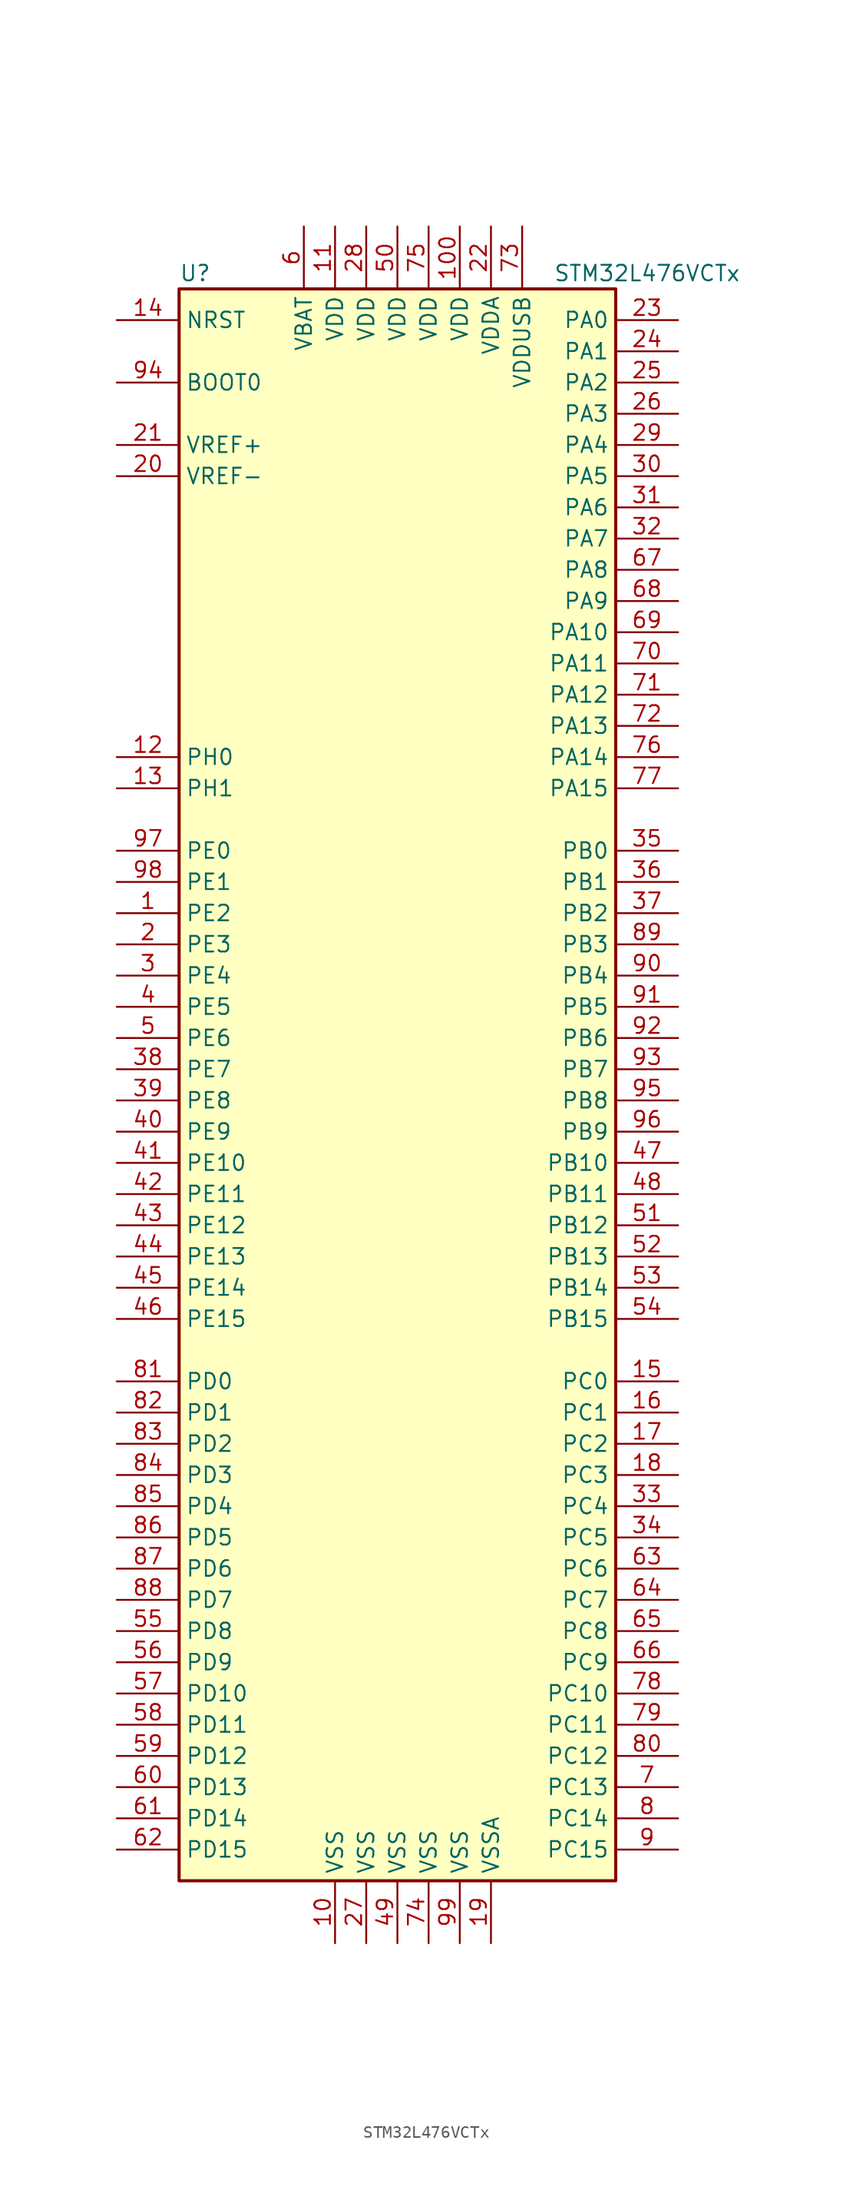
<source format=kicad_sym>
(kicad_symbol_lib
  (version 20220914)
  (generator kicad_symbol_editor)
  (symbol "STM32L476VCTx"
    (property "Reference" "U"
      (at -17.78 64.77 0)
      (effects (font (size 1.27 1.27)) (justify left)))
    (property "Value" "STM32L476VCTx"
      (at 12.7 64.77 0)
      (effects (font (size 1.27 1.27)) (justify left)))
    (symbol "STM32L476VCTx_0_1"
      (rectangle (start -17.78 -66.04) (end 17.78 63.5) (stroke (width 0.254) (type default)) (fill (type background))))
    (symbol "STM32L476VCTx_1_1"
      (pin bidirectional line (at -22.86 12.7 0) (length 5.08) (name "PE2" (effects (font (size 1.27 1.27)))) (number "1" (effects (font (size 1.27 1.27)))))
      (pin power_in line (at -5.08 -71.12 90) (length 5.08) (name "VSS" (effects (font (size 1.27 1.27)))) (number "10" (effects (font (size 1.27 1.27)))))
      (pin power_in line (at 5.08 68.58 270) (length 5.08) (name "VDD" (effects (font (size 1.27 1.27)))) (number "100" (effects (font (size 1.27 1.27)))))
      (pin power_in line (at -5.08 68.58 270) (length 5.08) (name "VDD" (effects (font (size 1.27 1.27)))) (number "11" (effects (font (size 1.27 1.27)))))
      (pin input line (at -22.86 25.4 0) (length 5.08) (name "PH0" (effects (font (size 1.27 1.27)))) (number "12" (effects (font (size 1.27 1.27)))))
      (pin input line (at -22.86 22.86 0) (length 5.08) (name "PH1" (effects (font (size 1.27 1.27)))) (number "13" (effects (font (size 1.27 1.27)))))
      (pin input line (at -22.86 60.96 0) (length 5.08) (name "NRST" (effects (font (size 1.27 1.27)))) (number "14" (effects (font (size 1.27 1.27)))))
      (pin bidirectional line (at 22.86 -25.4 180) (length 5.08) (name "PC0" (effects (font (size 1.27 1.27)))) (number "15" (effects (font (size 1.27 1.27)))))
      (pin bidirectional line (at 22.86 -27.94 180) (length 5.08) (name "PC1" (effects (font (size 1.27 1.27)))) (number "16" (effects (font (size 1.27 1.27)))))
      (pin bidirectional line (at 22.86 -30.48 180) (length 5.08) (name "PC2" (effects (font (size 1.27 1.27)))) (number "17" (effects (font (size 1.27 1.27)))))
      (pin bidirectional line (at 22.86 -33.02 180) (length 5.08) (name "PC3" (effects (font (size 1.27 1.27)))) (number "18" (effects (font (size 1.27 1.27)))))
      (pin power_in line (at 7.62 -71.12 90) (length 5.08) (name "VSSA" (effects (font (size 1.27 1.27)))) (number "19" (effects (font (size 1.27 1.27)))))
      (pin bidirectional line (at -22.86 10.16 0) (length 5.08) (name "PE3" (effects (font (size 1.27 1.27)))) (number "2" (effects (font (size 1.27 1.27)))))
      (pin power_in line (at -22.86 48.26 0) (length 5.08) (name "VREF-" (effects (font (size 1.27 1.27)))) (number "20" (effects (font (size 1.27 1.27)))))
      (pin bidirectional line (at -22.86 50.8 0) (length 5.08) (name "VREF+" (effects (font (size 1.27 1.27)))) (number "21" (effects (font (size 1.27 1.27)))))
      (pin power_in line (at 7.62 68.58 270) (length 5.08) (name "VDDA" (effects (font (size 1.27 1.27)))) (number "22" (effects (font (size 1.27 1.27)))))
      (pin bidirectional line (at 22.86 60.96 180) (length 5.08) (name "PA0" (effects (font (size 1.27 1.27)))) (number "23" (effects (font (size 1.27 1.27)))))
      (pin bidirectional line (at 22.86 58.42 180) (length 5.08) (name "PA1" (effects (font (size 1.27 1.27)))) (number "24" (effects (font (size 1.27 1.27)))))
      (pin bidirectional line (at 22.86 55.88 180) (length 5.08) (name "PA2" (effects (font (size 1.27 1.27)))) (number "25" (effects (font (size 1.27 1.27)))))
      (pin bidirectional line (at 22.86 53.34 180) (length 5.08) (name "PA3" (effects (font (size 1.27 1.27)))) (number "26" (effects (font (size 1.27 1.27)))))
      (pin power_in line (at -2.54 -71.12 90) (length 5.08) (name "VSS" (effects (font (size 1.27 1.27)))) (number "27" (effects (font (size 1.27 1.27)))))
      (pin power_in line (at -2.54 68.58 270) (length 5.08) (name "VDD" (effects (font (size 1.27 1.27)))) (number "28" (effects (font (size 1.27 1.27)))))
      (pin bidirectional line (at 22.86 50.8 180) (length 5.08) (name "PA4" (effects (font (size 1.27 1.27)))) (number "29" (effects (font (size 1.27 1.27)))))
      (pin bidirectional line (at -22.86 7.62 0) (length 5.08) (name "PE4" (effects (font (size 1.27 1.27)))) (number "3" (effects (font (size 1.27 1.27)))))
      (pin bidirectional line (at 22.86 48.26 180) (length 5.08) (name "PA5" (effects (font (size 1.27 1.27)))) (number "30" (effects (font (size 1.27 1.27)))))
      (pin bidirectional line (at 22.86 45.72 180) (length 5.08) (name "PA6" (effects (font (size 1.27 1.27)))) (number "31" (effects (font (size 1.27 1.27)))))
      (pin bidirectional line (at 22.86 43.18 180) (length 5.08) (name "PA7" (effects (font (size 1.27 1.27)))) (number "32" (effects (font (size 1.27 1.27)))))
      (pin bidirectional line (at 22.86 -35.56 180) (length 5.08) (name "PC4" (effects (font (size 1.27 1.27)))) (number "33" (effects (font (size 1.27 1.27)))))
      (pin bidirectional line (at 22.86 -38.1 180) (length 5.08) (name "PC5" (effects (font (size 1.27 1.27)))) (number "34" (effects (font (size 1.27 1.27)))))
      (pin bidirectional line (at 22.86 17.78 180) (length 5.08) (name "PB0" (effects (font (size 1.27 1.27)))) (number "35" (effects (font (size 1.27 1.27)))))
      (pin bidirectional line (at 22.86 15.24 180) (length 5.08) (name "PB1" (effects (font (size 1.27 1.27)))) (number "36" (effects (font (size 1.27 1.27)))))
      (pin bidirectional line (at 22.86 12.7 180) (length 5.08) (name "PB2" (effects (font (size 1.27 1.27)))) (number "37" (effects (font (size 1.27 1.27)))))
      (pin bidirectional line (at -22.86 0 0) (length 5.08) (name "PE7" (effects (font (size 1.27 1.27)))) (number "38" (effects (font (size 1.27 1.27)))))
      (pin bidirectional line (at -22.86 -2.54 0) (length 5.08) (name "PE8" (effects (font (size 1.27 1.27)))) (number "39" (effects (font (size 1.27 1.27)))))
      (pin bidirectional line (at -22.86 5.08 0) (length 5.08) (name "PE5" (effects (font (size 1.27 1.27)))) (number "4" (effects (font (size 1.27 1.27)))))
      (pin bidirectional line (at -22.86 -5.08 0) (length 5.08) (name "PE9" (effects (font (size 1.27 1.27)))) (number "40" (effects (font (size 1.27 1.27)))))
      (pin bidirectional line (at -22.86 -7.62 0) (length 5.08) (name "PE10" (effects (font (size 1.27 1.27)))) (number "41" (effects (font (size 1.27 1.27)))))
      (pin bidirectional line (at -22.86 -10.16 0) (length 5.08) (name "PE11" (effects (font (size 1.27 1.27)))) (number "42" (effects (font (size 1.27 1.27)))))
      (pin bidirectional line (at -22.86 -12.7 0) (length 5.08) (name "PE12" (effects (font (size 1.27 1.27)))) (number "43" (effects (font (size 1.27 1.27)))))
      (pin bidirectional line (at -22.86 -15.24 0) (length 5.08) (name "PE13" (effects (font (size 1.27 1.27)))) (number "44" (effects (font (size 1.27 1.27)))))
      (pin bidirectional line (at -22.86 -17.78 0) (length 5.08) (name "PE14" (effects (font (size 1.27 1.27)))) (number "45" (effects (font (size 1.27 1.27)))))
      (pin bidirectional line (at -22.86 -20.32 0) (length 5.08) (name "PE15" (effects (font (size 1.27 1.27)))) (number "46" (effects (font (size 1.27 1.27)))))
      (pin bidirectional line (at 22.86 -7.62 180) (length 5.08) (name "PB10" (effects (font (size 1.27 1.27)))) (number "47" (effects (font (size 1.27 1.27)))))
      (pin bidirectional line (at 22.86 -10.16 180) (length 5.08) (name "PB11" (effects (font (size 1.27 1.27)))) (number "48" (effects (font (size 1.27 1.27)))))
      (pin power_in line (at 0 -71.12 90) (length 5.08) (name "VSS" (effects (font (size 1.27 1.27)))) (number "49" (effects (font (size 1.27 1.27)))))
      (pin bidirectional line (at -22.86 2.54 0) (length 5.08) (name "PE6" (effects (font (size 1.27 1.27)))) (number "5" (effects (font (size 1.27 1.27)))))
      (pin power_in line (at 0 68.58 270) (length 5.08) (name "VDD" (effects (font (size 1.27 1.27)))) (number "50" (effects (font (size 1.27 1.27)))))
      (pin bidirectional line (at 22.86 -12.7 180) (length 5.08) (name "PB12" (effects (font (size 1.27 1.27)))) (number "51" (effects (font (size 1.27 1.27)))))
      (pin bidirectional line (at 22.86 -15.24 180) (length 5.08) (name "PB13" (effects (font (size 1.27 1.27)))) (number "52" (effects (font (size 1.27 1.27)))))
      (pin bidirectional line (at 22.86 -17.78 180) (length 5.08) (name "PB14" (effects (font (size 1.27 1.27)))) (number "53" (effects (font (size 1.27 1.27)))))
      (pin bidirectional line (at 22.86 -20.32 180) (length 5.08) (name "PB15" (effects (font (size 1.27 1.27)))) (number "54" (effects (font (size 1.27 1.27)))))
      (pin bidirectional line (at -22.86 -45.72 0) (length 5.08) (name "PD8" (effects (font (size 1.27 1.27)))) (number "55" (effects (font (size 1.27 1.27)))))
      (pin bidirectional line (at -22.86 -48.26 0) (length 5.08) (name "PD9" (effects (font (size 1.27 1.27)))) (number "56" (effects (font (size 1.27 1.27)))))
      (pin bidirectional line (at -22.86 -50.8 0) (length 5.08) (name "PD10" (effects (font (size 1.27 1.27)))) (number "57" (effects (font (size 1.27 1.27)))))
      (pin bidirectional line (at -22.86 -53.34 0) (length 5.08) (name "PD11" (effects (font (size 1.27 1.27)))) (number "58" (effects (font (size 1.27 1.27)))))
      (pin bidirectional line (at -22.86 -55.88 0) (length 5.08) (name "PD12" (effects (font (size 1.27 1.27)))) (number "59" (effects (font (size 1.27 1.27)))))
      (pin power_in line (at -7.62 68.58 270) (length 5.08) (name "VBAT" (effects (font (size 1.27 1.27)))) (number "6" (effects (font (size 1.27 1.27)))))
      (pin bidirectional line (at -22.86 -58.42 0) (length 5.08) (name "PD13" (effects (font (size 1.27 1.27)))) (number "60" (effects (font (size 1.27 1.27)))))
      (pin bidirectional line (at -22.86 -60.96 0) (length 5.08) (name "PD14" (effects (font (size 1.27 1.27)))) (number "61" (effects (font (size 1.27 1.27)))))
      (pin bidirectional line (at -22.86 -63.5 0) (length 5.08) (name "PD15" (effects (font (size 1.27 1.27)))) (number "62" (effects (font (size 1.27 1.27)))))
      (pin bidirectional line (at 22.86 -40.64 180) (length 5.08) (name "PC6" (effects (font (size 1.27 1.27)))) (number "63" (effects (font (size 1.27 1.27)))))
      (pin bidirectional line (at 22.86 -43.18 180) (length 5.08) (name "PC7" (effects (font (size 1.27 1.27)))) (number "64" (effects (font (size 1.27 1.27)))))
      (pin bidirectional line (at 22.86 -45.72 180) (length 5.08) (name "PC8" (effects (font (size 1.27 1.27)))) (number "65" (effects (font (size 1.27 1.27)))))
      (pin bidirectional line (at 22.86 -48.26 180) (length 5.08) (name "PC9" (effects (font (size 1.27 1.27)))) (number "66" (effects (font (size 1.27 1.27)))))
      (pin bidirectional line (at 22.86 40.64 180) (length 5.08) (name "PA8" (effects (font (size 1.27 1.27)))) (number "67" (effects (font (size 1.27 1.27)))))
      (pin bidirectional line (at 22.86 38.1 180) (length 5.08) (name "PA9" (effects (font (size 1.27 1.27)))) (number "68" (effects (font (size 1.27 1.27)))))
      (pin bidirectional line (at 22.86 35.56 180) (length 5.08) (name "PA10" (effects (font (size 1.27 1.27)))) (number "69" (effects (font (size 1.27 1.27)))))
      (pin bidirectional line (at 22.86 -58.42 180) (length 5.08) (name "PC13" (effects (font (size 1.27 1.27)))) (number "7" (effects (font (size 1.27 1.27)))))
      (pin bidirectional line (at 22.86 33.02 180) (length 5.08) (name "PA11" (effects (font (size 1.27 1.27)))) (number "70" (effects (font (size 1.27 1.27)))))
      (pin bidirectional line (at 22.86 30.48 180) (length 5.08) (name "PA12" (effects (font (size 1.27 1.27)))) (number "71" (effects (font (size 1.27 1.27)))))
      (pin bidirectional line (at 22.86 27.94 180) (length 5.08) (name "PA13" (effects (font (size 1.27 1.27)))) (number "72" (effects (font (size 1.27 1.27)))))
      (pin power_in line (at 10.16 68.58 270) (length 5.08) (name "VDDUSB" (effects (font (size 1.27 1.27)))) (number "73" (effects (font (size 1.27 1.27)))))
      (pin power_in line (at 2.54 -71.12 90) (length 5.08) (name "VSS" (effects (font (size 1.27 1.27)))) (number "74" (effects (font (size 1.27 1.27)))))
      (pin power_in line (at 2.54 68.58 270) (length 5.08) (name "VDD" (effects (font (size 1.27 1.27)))) (number "75" (effects (font (size 1.27 1.27)))))
      (pin bidirectional line (at 22.86 25.4 180) (length 5.08) (name "PA14" (effects (font (size 1.27 1.27)))) (number "76" (effects (font (size 1.27 1.27)))))
      (pin bidirectional line (at 22.86 22.86 180) (length 5.08) (name "PA15" (effects (font (size 1.27 1.27)))) (number "77" (effects (font (size 1.27 1.27)))))
      (pin bidirectional line (at 22.86 -50.8 180) (length 5.08) (name "PC10" (effects (font (size 1.27 1.27)))) (number "78" (effects (font (size 1.27 1.27)))))
      (pin bidirectional line (at 22.86 -53.34 180) (length 5.08) (name "PC11" (effects (font (size 1.27 1.27)))) (number "79" (effects (font (size 1.27 1.27)))))
      (pin bidirectional line (at 22.86 -60.96 180) (length 5.08) (name "PC14" (effects (font (size 1.27 1.27)))) (number "8" (effects (font (size 1.27 1.27)))))
      (pin bidirectional line (at 22.86 -55.88 180) (length 5.08) (name "PC12" (effects (font (size 1.27 1.27)))) (number "80" (effects (font (size 1.27 1.27)))))
      (pin bidirectional line (at -22.86 -25.4 0) (length 5.08) (name "PD0" (effects (font (size 1.27 1.27)))) (number "81" (effects (font (size 1.27 1.27)))))
      (pin bidirectional line (at -22.86 -27.94 0) (length 5.08) (name "PD1" (effects (font (size 1.27 1.27)))) (number "82" (effects (font (size 1.27 1.27)))))
      (pin bidirectional line (at -22.86 -30.48 0) (length 5.08) (name "PD2" (effects (font (size 1.27 1.27)))) (number "83" (effects (font (size 1.27 1.27)))))
      (pin bidirectional line (at -22.86 -33.02 0) (length 5.08) (name "PD3" (effects (font (size 1.27 1.27)))) (number "84" (effects (font (size 1.27 1.27)))))
      (pin bidirectional line (at -22.86 -35.56 0) (length 5.08) (name "PD4" (effects (font (size 1.27 1.27)))) (number "85" (effects (font (size 1.27 1.27)))))
      (pin bidirectional line (at -22.86 -38.1 0) (length 5.08) (name "PD5" (effects (font (size 1.27 1.27)))) (number "86" (effects (font (size 1.27 1.27)))))
      (pin bidirectional line (at -22.86 -40.64 0) (length 5.08) (name "PD6" (effects (font (size 1.27 1.27)))) (number "87" (effects (font (size 1.27 1.27)))))
      (pin bidirectional line (at -22.86 -43.18 0) (length 5.08) (name "PD7" (effects (font (size 1.27 1.27)))) (number "88" (effects (font (size 1.27 1.27)))))
      (pin bidirectional line (at 22.86 10.16 180) (length 5.08) (name "PB3" (effects (font (size 1.27 1.27)))) (number "89" (effects (font (size 1.27 1.27)))))
      (pin bidirectional line (at 22.86 -63.5 180) (length 5.08) (name "PC15" (effects (font (size 1.27 1.27)))) (number "9" (effects (font (size 1.27 1.27)))))
      (pin bidirectional line (at 22.86 7.62 180) (length 5.08) (name "PB4" (effects (font (size 1.27 1.27)))) (number "90" (effects (font (size 1.27 1.27)))))
      (pin bidirectional line (at 22.86 5.08 180) (length 5.08) (name "PB5" (effects (font (size 1.27 1.27)))) (number "91" (effects (font (size 1.27 1.27)))))
      (pin bidirectional line (at 22.86 2.54 180) (length 5.08) (name "PB6" (effects (font (size 1.27 1.27)))) (number "92" (effects (font (size 1.27 1.27)))))
      (pin bidirectional line (at 22.86 0 180) (length 5.08) (name "PB7" (effects (font (size 1.27 1.27)))) (number "93" (effects (font (size 1.27 1.27)))))
      (pin input line (at -22.86 55.88 0) (length 5.08) (name "BOOT0" (effects (font (size 1.27 1.27)))) (number "94" (effects (font (size 1.27 1.27)))))
      (pin bidirectional line (at 22.86 -2.54 180) (length 5.08) (name "PB8" (effects (font (size 1.27 1.27)))) (number "95" (effects (font (size 1.27 1.27)))))
      (pin bidirectional line (at 22.86 -5.08 180) (length 5.08) (name "PB9" (effects (font (size 1.27 1.27)))) (number "96" (effects (font (size 1.27 1.27)))))
      (pin bidirectional line (at -22.86 17.78 0) (length 5.08) (name "PE0" (effects (font (size 1.27 1.27)))) (number "97" (effects (font (size 1.27 1.27)))))
      (pin bidirectional line (at -22.86 15.24 0) (length 5.08) (name "PE1" (effects (font (size 1.27 1.27)))) (number "98" (effects (font (size 1.27 1.27)))))
      (pin power_in line (at 5.08 -71.12 90) (length 5.08) (name "VSS" (effects (font (size 1.27 1.27)))) (number "99" (effects (font (size 1.27 1.27))))))))
</source>
